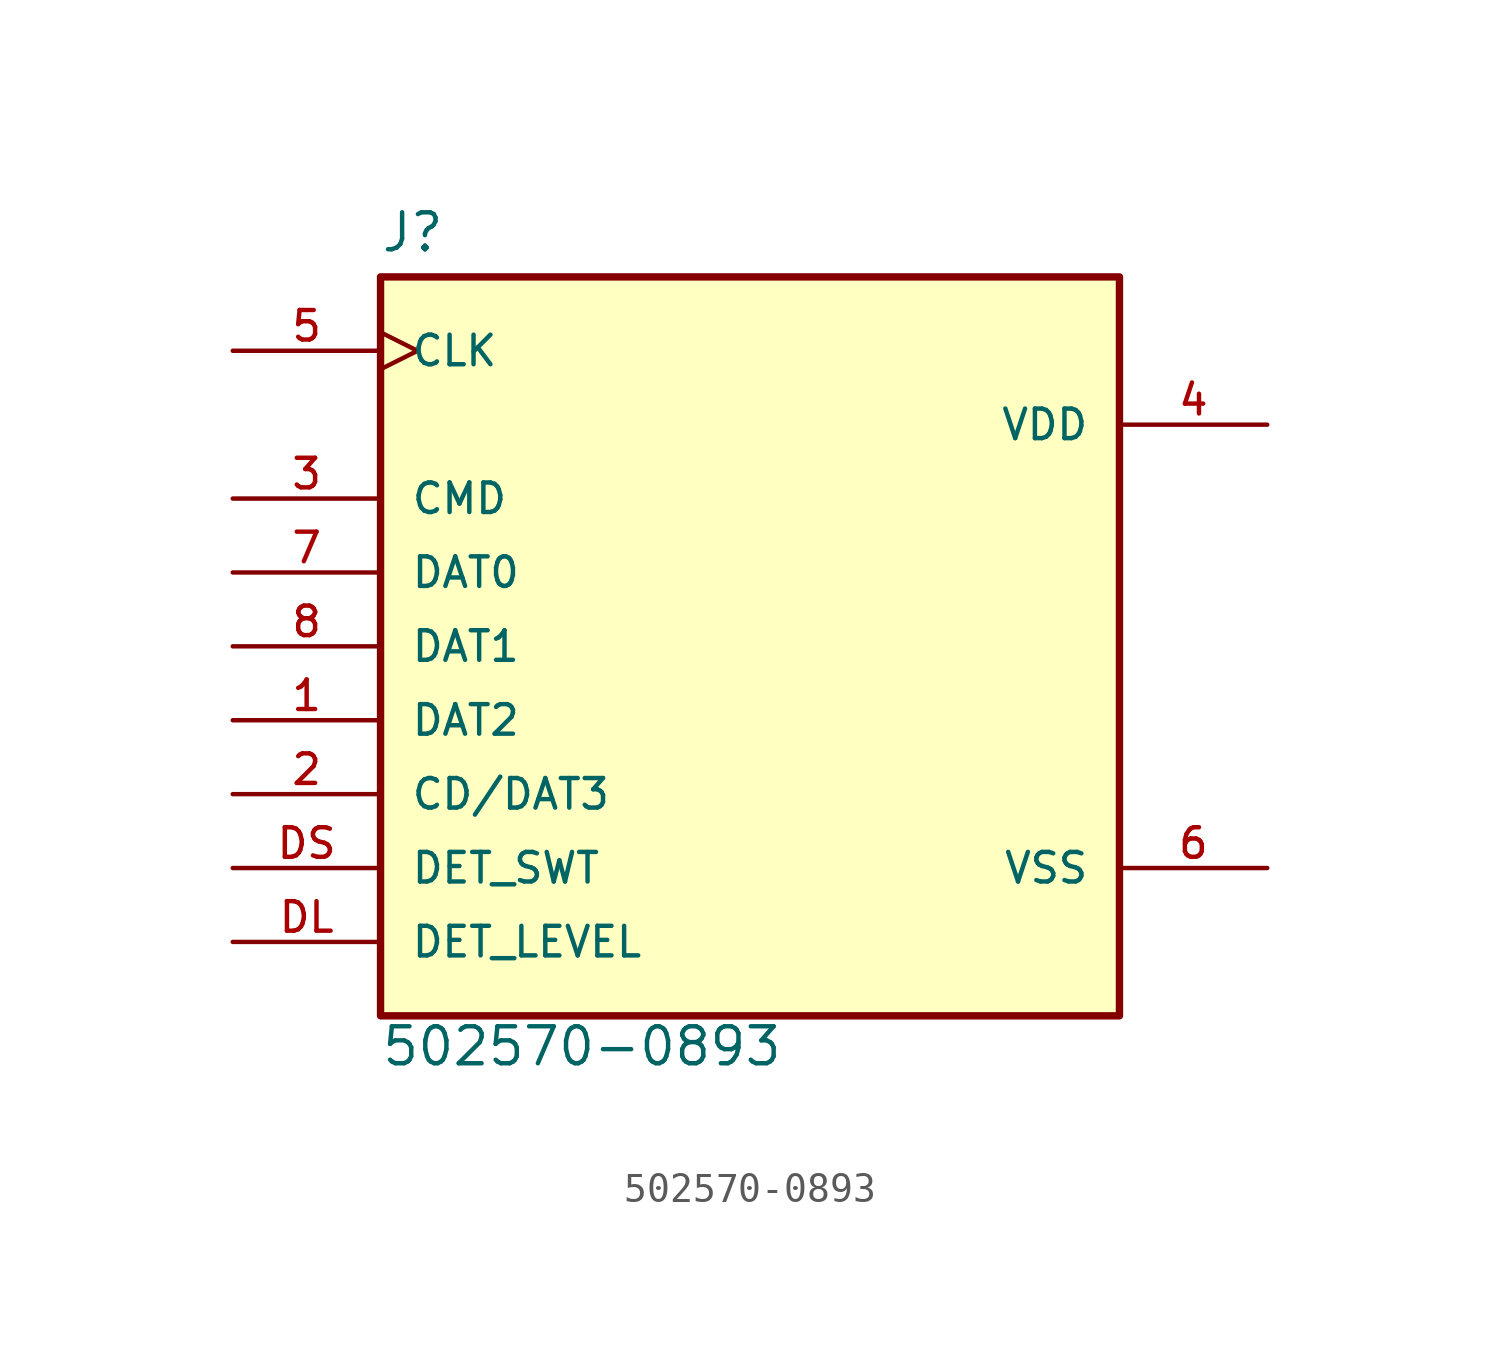
<source format=kicad_sym>
(kicad_symbol_lib
  (version 20211014)
  (generator kicad_symbol_editor)
  (symbol "502570-0893"
    (pin_names
      (offset 1.016))
    (property "Reference" "J"
      (at -12.724 13.487 0)
      (effects (font (size 1.27 1.27)) (justify bottom left)))
    (property "Value" "502570-0893"
      (at -12.713 -14.493 0)
      (effects (font (size 1.27 1.27)) (justify bottom left)))
    (symbol "502570-0893_0_0"
      (rectangle (start -12.7 -12.7) (end 12.7 12.7) (stroke (width 0.254)) (fill (type background)))
      (pin bidirectional line (at -17.78 -2.54 0) (length 5.08) (name "DAT2" (effects (font (size 1.016 1.016)))) (number "1" (effects (font (size 1.016 1.016)))))
      (pin bidirectional line (at -17.78 -5.08 0) (length 5.08) (name "CD/DAT3" (effects (font (size 1.016 1.016)))) (number "2" (effects (font (size 1.016 1.016)))))
      (pin bidirectional line (at -17.78 5.08 0) (length 5.08) (name "CMD" (effects (font (size 1.016 1.016)))) (number "3" (effects (font (size 1.016 1.016)))))
      (pin power_in line (at 17.78 7.62 180.0) (length 5.08) (name "VDD" (effects (font (size 1.016 1.016)))) (number "4" (effects (font (size 1.016 1.016)))))
      (pin input clock (at -17.78 10.16 0) (length 5.08) (name "CLK" (effects (font (size 1.016 1.016)))) (number "5" (effects (font (size 1.016 1.016)))))
      (pin power_in line (at 17.78 -7.62 180.0) (length 5.08) (name "VSS" (effects (font (size 1.016 1.016)))) (number "6" (effects (font (size 1.016 1.016)))))
      (pin bidirectional line (at -17.78 2.54 0) (length 5.08) (name "DAT0" (effects (font (size 1.016 1.016)))) (number "7" (effects (font (size 1.016 1.016)))))
      (pin bidirectional line (at -17.78 0.0 0) (length 5.08) (name "DAT1" (effects (font (size 1.016 1.016)))) (number "8" (effects (font (size 1.016 1.016)))))
      (pin passive line (at -17.78 -10.16 0) (length 5.08) (name "DET_LEVEL" (effects (font (size 1.016 1.016)))) (number "DL" (effects (font (size 1.016 1.016)))))
      (pin passive line (at -17.78 -7.62 0) (length 5.08) (name "DET_SWT" (effects (font (size 1.016 1.016)))) (number "DS" (effects (font (size 1.016 1.016))))))))
</source>
